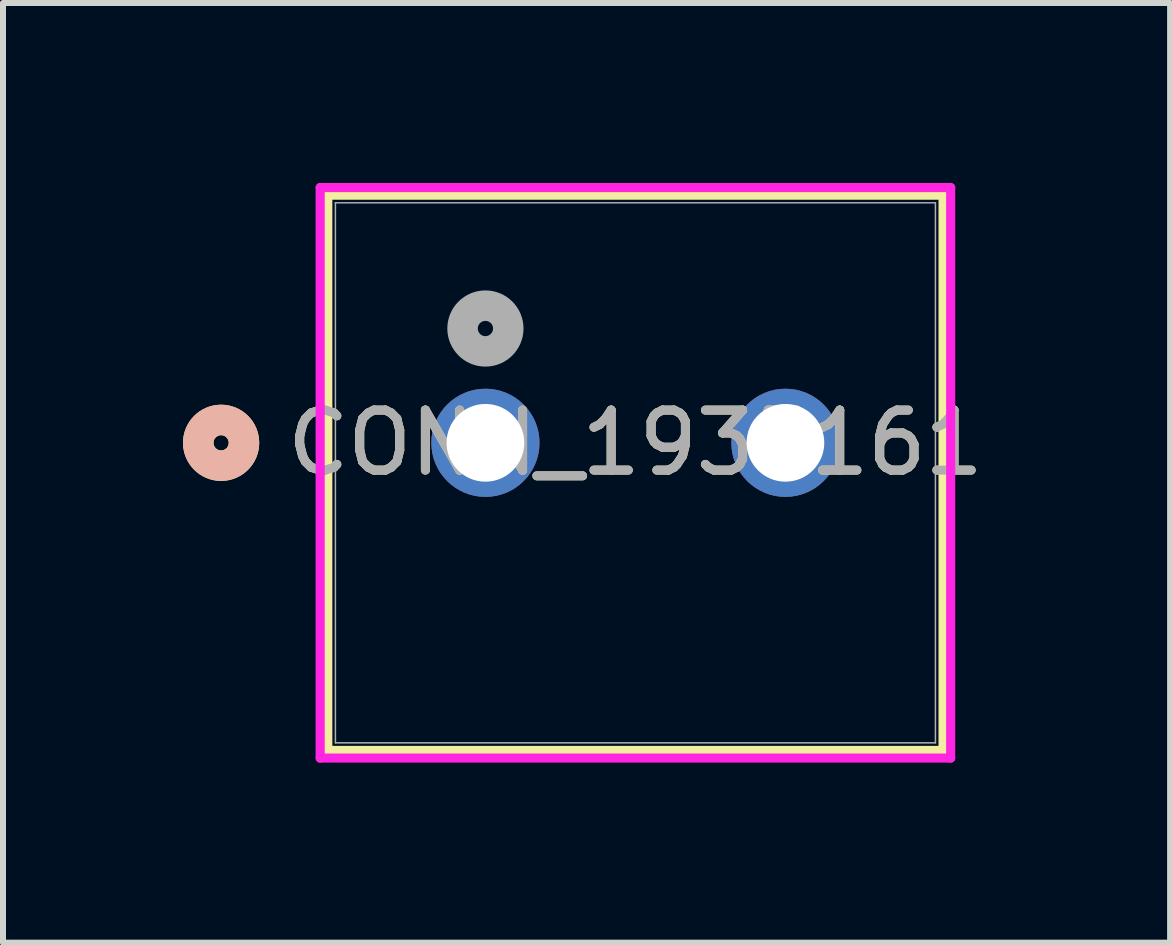
<source format=kicad_pcb>
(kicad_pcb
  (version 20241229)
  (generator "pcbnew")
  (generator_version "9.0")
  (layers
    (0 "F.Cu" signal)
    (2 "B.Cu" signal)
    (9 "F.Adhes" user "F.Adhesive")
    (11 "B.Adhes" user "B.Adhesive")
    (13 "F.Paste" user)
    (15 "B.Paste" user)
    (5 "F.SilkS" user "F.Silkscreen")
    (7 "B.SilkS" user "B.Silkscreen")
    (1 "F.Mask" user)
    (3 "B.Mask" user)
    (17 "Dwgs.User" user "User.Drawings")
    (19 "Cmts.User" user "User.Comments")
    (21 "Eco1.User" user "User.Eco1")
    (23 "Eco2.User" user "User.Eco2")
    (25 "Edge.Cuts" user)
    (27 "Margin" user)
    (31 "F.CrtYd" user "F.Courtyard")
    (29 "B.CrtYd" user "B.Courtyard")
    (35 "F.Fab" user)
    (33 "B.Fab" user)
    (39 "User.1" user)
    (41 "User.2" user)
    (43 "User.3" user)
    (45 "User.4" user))
  (footprint "CONN_1935161"
    (layer "F.Cu")
    (at 5.04 4.33)
    (property "Reference" "CONN_1935161" (at 2.5 0 0) (unlocked yes) (layer "F.SilkS") (effects (font (size 1 1) (thickness 0.15))))
    (attr through_hole)
    (fp_line (start -2.627 -4.127) (end -2.627 5.127) (stroke (width 0.152) (type solid)) (layer "F.SilkS"))
    (fp_line (start -2.627 5.127) (end 7.627 5.127) (stroke (width 0.152) (type solid)) (layer "F.SilkS"))
    (fp_line (start 7.627 -4.127) (end -2.627 -4.127) (stroke (width 0.152) (type solid)) (layer "F.SilkS"))
    (fp_line (start 7.627 5.127) (end 7.627 -4.127) (stroke (width 0.152) (type solid)) (layer "F.SilkS"))
    (fp_circle (center -4.405 0) (end -4.024 0) (stroke (width 0.508) (type solid)) (fill no) (layer "F.SilkS"))
    (fp_circle (center -4.405 0) (end -4.024 0) (stroke (width 0.508) (type solid)) (fill no) (layer "B.SilkS"))
    (fp_line (start -2.754 -4.254) (end -2.754 5.254) (stroke (width 0.152) (type solid)) (layer "F.CrtYd"))
    (fp_line (start -2.754 5.254) (end 7.754 5.254) (stroke (width 0.152) (type solid)) (layer "F.CrtYd"))
    (fp_line (start 7.754 -4.254) (end -2.754 -4.254) (stroke (width 0.152) (type solid)) (layer "F.CrtYd"))
    (fp_line (start 7.754 5.254) (end 7.754 -4.254) (stroke (width 0.152) (type solid)) (layer "F.CrtYd"))
    (fp_line (start -2.5 -4) (end -2.5 5) (stroke (width 0.025) (type solid)) (layer "F.Fab"))
    (fp_line (start -2.5 5) (end 7.5 5) (stroke (width 0.025) (type solid)) (layer "F.Fab"))
    (fp_line (start 7.5 -4) (end -2.5 -4) (stroke (width 0.025) (type solid)) (layer "F.Fab"))
    (fp_line (start 7.5 5) (end 7.5 -4) (stroke (width 0.025) (type solid)) (layer "F.Fab"))
    (fp_circle (center 0 -1.905) (end 0.381 -1.905) (stroke (width 0.508) (type solid)) (fill no) (layer "F.Fab"))
    (fp_text user "${REFERENCE}" (at 2.5 0 0) (unlocked yes) (layer "F.Fab") (effects (font (size 1 1) (thickness 0.15))))
    (pad "1" thru_hole circle (at 0 0) (size 1.803 1.803) (drill 1.295) (layers "*.Cu" "*.Mask"))
    (pad "2" thru_hole circle (at 5 0) (size 1.803 1.803) (drill 1.295) (layers "*.Cu" "*.Mask")))
  (gr_rect
    (start -3 -3)
    (end 16.451 12.66)
    (stroke (width 0.1) (type default))
    (fill no)
    (layer "Edge.Cuts")))
</source>
